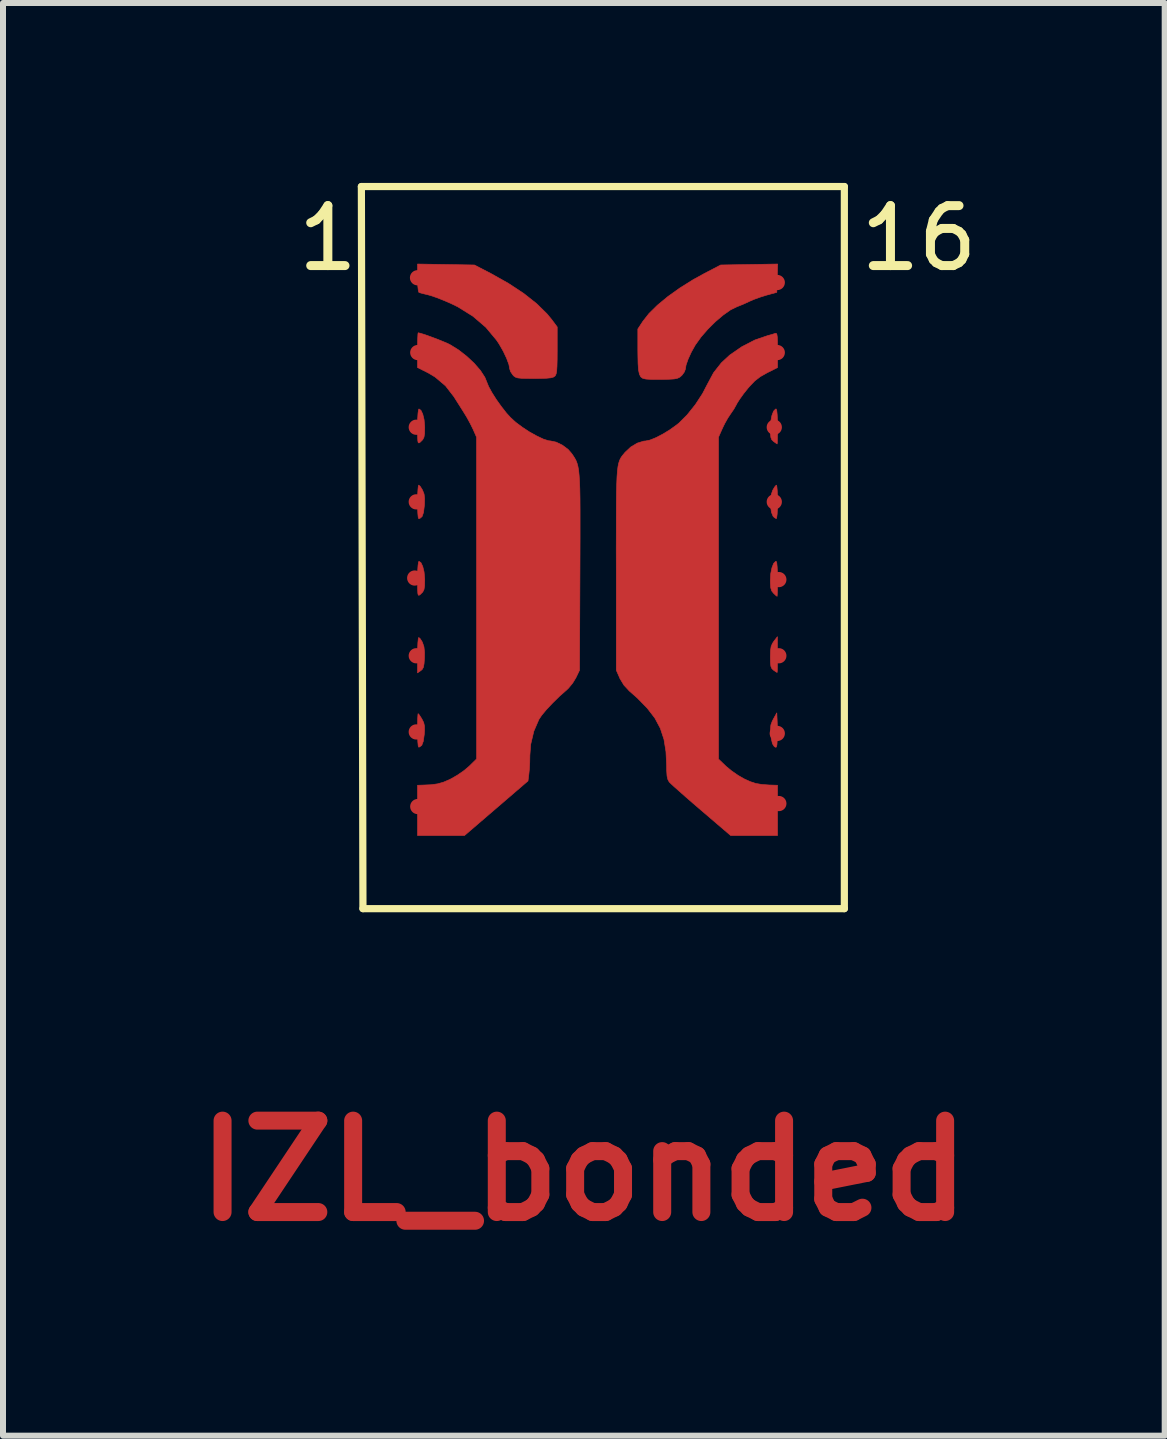
<source format=kicad_pcb>
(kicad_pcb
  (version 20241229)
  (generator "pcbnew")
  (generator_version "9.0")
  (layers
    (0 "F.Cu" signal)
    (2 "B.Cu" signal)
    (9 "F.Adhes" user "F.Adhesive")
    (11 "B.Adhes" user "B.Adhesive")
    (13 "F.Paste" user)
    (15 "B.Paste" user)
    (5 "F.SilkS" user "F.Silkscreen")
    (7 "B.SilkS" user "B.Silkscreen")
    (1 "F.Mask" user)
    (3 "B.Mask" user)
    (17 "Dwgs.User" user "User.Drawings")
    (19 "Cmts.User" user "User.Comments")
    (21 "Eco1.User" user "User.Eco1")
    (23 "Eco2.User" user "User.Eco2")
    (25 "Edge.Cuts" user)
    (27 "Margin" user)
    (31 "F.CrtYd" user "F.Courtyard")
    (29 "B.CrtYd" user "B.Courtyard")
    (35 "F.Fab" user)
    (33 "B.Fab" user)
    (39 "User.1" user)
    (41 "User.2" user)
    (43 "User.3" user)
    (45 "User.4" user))
  (footprint "IZL_bonded"
    (layer "F.Cu")
    (at 3.915 10.88)
    (property "Reference" "IZL_bonded" (at 2.769 5.588 0) (layer "F.Cu") (effects (font (size 1.524 1.524) (thickness 0.3))))
    (attr through_hole)
    (fp_poly (pts (xy 0.04 -3.282) (xy 0.072 -3.232) (xy 0.078 -3.219) (xy 0.103 -3.147) (xy 0.113 -3.054) (xy 0.112 -2.962) (xy 0.105 -2.865) (xy 0.094 -2.805) (xy 0.073 -2.768) (xy 0.05 -2.749) (xy -0.004 -2.712) (xy -0.004 -3.007) (xy -0.002 -3.122) (xy 0.002 -3.217) (xy 0.009 -3.28) (xy 0.016 -3.302) (xy 0.04 -3.282)) (stroke (width 0.01) (type solid)) (fill yes) (layer "F.Cu"))
    (fp_poly (pts (xy 5.993 -1.885) (xy 5.996 -1.77) (xy 5.995 -1.651) (xy 5.993 -1.588) (xy 5.988 -1.511) (xy 5.979 -1.475) (xy 5.963 -1.472) (xy 5.943 -1.485) (xy 5.914 -1.53) (xy 5.894 -1.615) (xy 5.887 -1.68) (xy 5.881 -1.776) (xy 5.887 -1.844) (xy 5.909 -1.904) (xy 5.929 -1.943) (xy 5.986 -2.045) (xy 5.993 -1.885)) (stroke (width 0.01) (type solid)) (fill yes) (layer "F.Cu"))
    (fp_poly (pts (xy 5.997 -3.016) (xy 5.997 -2.9) (xy 5.996 -2.805) (xy 5.994 -2.741) (xy 5.991 -2.718) (xy 5.969 -2.731) (xy 5.931 -2.757) (xy 5.903 -2.784) (xy 5.887 -2.822) (xy 5.88 -2.885) (xy 5.878 -2.98) (xy 5.881 -3.082) (xy 5.891 -3.15) (xy 5.912 -3.201) (xy 5.937 -3.239) (xy 5.996 -3.315) (xy 5.997 -3.016)) (stroke (width 0.01) (type solid)) (fill yes) (layer "F.Cu"))
    (fp_poly (pts (xy 5.987 -5.818) (xy 5.993 -5.754) (xy 5.997 -5.66) (xy 5.998 -5.563) (xy 5.996 -5.45) (xy 5.992 -5.36) (xy 5.984 -5.301) (xy 5.977 -5.283) (xy 5.946 -5.301) (xy 5.924 -5.323) (xy 5.897 -5.388) (xy 5.883 -5.482) (xy 5.882 -5.589) (xy 5.895 -5.689) (xy 5.917 -5.755) (xy 5.949 -5.81) (xy 5.975 -5.84) (xy 5.98 -5.842) (xy 5.987 -5.818)) (stroke (width 0.01) (type solid)) (fill yes) (layer "F.Cu"))
    (fp_poly (pts (xy 0.024 -2.013) (xy 0.056 -1.964) (xy 0.07 -1.941) (xy 0.099 -1.883) (xy 0.112 -1.825) (xy 0.113 -1.749) (xy 0.108 -1.682) (xy 0.092 -1.571) (xy 0.067 -1.504) (xy 0.029 -1.476) (xy 0.014 -1.474) (xy 0.007 -1.497) (xy 0.001 -1.561) (xy -0.003 -1.656) (xy -0.004 -1.753) (xy -0.003 -1.865) (xy -0.001 -1.956) (xy 0.003 -2.015) (xy 0.006 -2.032) (xy 0.024 -2.013)) (stroke (width 0.01) (type solid)) (fill yes) (layer "F.Cu"))
    (fp_poly (pts (xy 0.04 -5.822) (xy 0.072 -5.772) (xy 0.08 -5.757) (xy 0.105 -5.694) (xy 0.114 -5.622) (xy 0.112 -5.521) (xy 0.11 -5.5) (xy 0.096 -5.387) (xy 0.072 -5.318) (xy 0.035 -5.287) (xy 0.014 -5.284) (xy 0.007 -5.307) (xy 0.001 -5.371) (xy -0.003 -5.466) (xy -0.004 -5.563) (xy -0.002 -5.675) (xy 0.003 -5.766) (xy 0.009 -5.825) (xy 0.016 -5.842) (xy 0.04 -5.822)) (stroke (width 0.01) (type solid)) (fill yes) (layer "F.Cu"))
    (fp_poly (pts (xy 5.985 -7.088) (xy 5.992 -7.02) (xy 5.997 -6.917) (xy 5.998 -6.82) (xy 5.998 -6.705) (xy 5.996 -6.612) (xy 5.994 -6.55) (xy 5.992 -6.529) (xy 5.97 -6.543) (xy 5.932 -6.57) (xy 5.903 -6.598) (xy 5.887 -6.637) (xy 5.88 -6.7) (xy 5.878 -6.786) (xy 5.885 -6.903) (xy 5.904 -7.002) (xy 5.932 -7.075) (xy 5.965 -7.11) (xy 5.975 -7.112) (xy 5.985 -7.088)) (stroke (width 0.01) (type solid)) (fill yes) (layer "F.Cu"))
    (fp_poly (pts (xy 5.985 -4.548) (xy 5.992 -4.48) (xy 5.997 -4.377) (xy 5.998 -4.28) (xy 5.998 -4.165) (xy 5.996 -4.071) (xy 5.993 -4.009) (xy 5.991 -3.988) (xy 5.97 -4.003) (xy 5.931 -4.04) (xy 5.901 -4.078) (xy 5.885 -4.129) (xy 5.879 -4.207) (xy 5.878 -4.257) (xy 5.885 -4.368) (xy 5.905 -4.464) (xy 5.933 -4.536) (xy 5.966 -4.57) (xy 5.975 -4.572) (xy 5.985 -4.548)) (stroke (width 0.01) (type solid)) (fill yes) (layer "F.Cu"))
    (fp_poly (pts (xy 0.053 -7.089) (xy 0.083 -7.026) (xy 0.105 -6.936) (xy 0.115 -6.83) (xy 0.116 -6.802) (xy 0.114 -6.705) (xy 0.104 -6.642) (xy 0.083 -6.6) (xy 0.045 -6.562) (xy 0.038 -6.556) (xy 0.02 -6.545) (xy 0.008 -6.55) (xy 0.001 -6.579) (xy -0.002 -6.64) (xy -0.004 -6.741) (xy -0.004 -6.817) (xy -0.002 -6.943) (xy 0.004 -7.039) (xy 0.012 -7.097) (xy 0.02 -7.112) (xy 0.053 -7.089)) (stroke (width 0.01) (type solid)) (fill yes) (layer "F.Cu"))
    (fp_poly (pts (xy 0.053 -4.549) (xy 0.083 -4.486) (xy 0.105 -4.396) (xy 0.115 -4.29) (xy 0.116 -4.262) (xy 0.114 -4.165) (xy 0.104 -4.102) (xy 0.083 -4.06) (xy 0.045 -4.022) (xy 0.038 -4.016) (xy 0.02 -4.005) (xy 0.008 -4.01) (xy 0.001 -4.039) (xy -0.002 -4.1) (xy -0.004 -4.201) (xy -0.004 -4.277) (xy -0.002 -4.403) (xy 0.004 -4.499) (xy 0.012 -4.557) (xy 0.02 -4.572) (xy 0.053 -4.549)) (stroke (width 0.01) (type solid)) (fill yes) (layer "F.Cu"))
    (fp_poly (pts (xy 0.47 -9.52) (xy 0.945 -9.512) (xy 1.221 -9.369) (xy 1.511 -9.206) (xy 1.766 -9.038) (xy 1.981 -8.868) (xy 2.154 -8.698) (xy 2.232 -8.604) (xy 2.325 -8.479) (xy 2.325 -8.089) (xy 2.324 -7.935) (xy 2.321 -7.823) (xy 2.316 -7.746) (xy 2.307 -7.697) (xy 2.293 -7.667) (xy 2.287 -7.66) (xy 2.262 -7.643) (xy 2.218 -7.631) (xy 2.149 -7.624) (xy 2.045 -7.621) (xy 1.943 -7.62) (xy 1.816 -7.621) (xy 1.728 -7.623) (xy 1.669 -7.629) (xy 1.631 -7.641) (xy 1.604 -7.659) (xy 1.585 -7.679) (xy 1.548 -7.733) (xy 1.533 -7.779) (xy 1.519 -7.855) (xy 1.481 -7.957) (xy 1.425 -8.075) (xy 1.357 -8.194) (xy 1.312 -8.261) (xy 1.135 -8.473) (xy 0.919 -8.658) (xy 0.667 -8.815) (xy 0.545 -8.874) (xy 0.428 -8.924) (xy 0.314 -8.969) (xy 0.217 -9.002) (xy 0.159 -9.018) (xy 0.086 -9.035) (xy 0.033 -9.05) (xy 0.018 -9.056) (xy 0.009 -9.087) (xy 0.001 -9.155) (xy -0.003 -9.25) (xy -0.004 -9.299) (xy -0.004 -9.528) (xy 0.47 -9.52)) (stroke (width 0.01) (type solid)) (fill yes) (layer "F.Cu"))
    (fp_poly (pts (xy 5.993 -9.292) (xy 5.986 -9.056) (xy 5.818 -9.01) (xy 5.712 -8.977) (xy 5.604 -8.938) (xy 5.53 -8.906) (xy 5.442 -8.865) (xy 5.355 -8.829) (xy 5.32 -8.816) (xy 5.215 -8.764) (xy 5.093 -8.678) (xy 4.964 -8.569) (xy 4.837 -8.443) (xy 4.723 -8.312) (xy 4.63 -8.182) (xy 4.626 -8.176) (xy 4.561 -8.06) (xy 4.508 -7.944) (xy 4.473 -7.844) (xy 4.462 -7.776) (xy 4.445 -7.729) (xy 4.405 -7.674) (xy 4.401 -7.67) (xy 4.367 -7.641) (xy 4.329 -7.623) (xy 4.275 -7.612) (xy 4.192 -7.607) (xy 4.106 -7.605) (xy 3.996 -7.604) (xy 3.894 -7.605) (xy 3.818 -7.609) (xy 3.794 -7.612) (xy 3.75 -7.623) (xy 3.717 -7.648) (xy 3.695 -7.693) (xy 3.68 -7.764) (xy 3.673 -7.869) (xy 3.67 -8.015) (xy 3.669 -8.098) (xy 3.669 -8.445) (xy 3.753 -8.573) (xy 3.855 -8.703) (xy 3.996 -8.842) (xy 4.169 -8.985) (xy 4.369 -9.128) (xy 4.589 -9.266) (xy 4.774 -9.368) (xy 5.05 -9.512) (xy 5.525 -9.52) (xy 6 -9.528) (xy 5.993 -9.292)) (stroke (width 0.01) (type solid)) (fill yes) (layer "F.Cu"))
    (fp_poly (pts (xy 0.046 -8.373) (xy 0.118 -8.351) (xy 0.21 -8.318) (xy 0.31 -8.281) (xy 0.407 -8.242) (xy 0.489 -8.208) (xy 0.536 -8.185) (xy 0.68 -8.096) (xy 0.817 -7.989) (xy 0.942 -7.872) (xy 1.045 -7.753) (xy 1.119 -7.639) (xy 1.152 -7.558) (xy 1.182 -7.484) (xy 1.237 -7.384) (xy 1.309 -7.27) (xy 1.392 -7.154) (xy 1.477 -7.045) (xy 1.544 -6.971) (xy 1.632 -6.89) (xy 1.742 -6.808) (xy 1.862 -6.729) (xy 1.983 -6.662) (xy 2.092 -6.61) (xy 2.18 -6.582) (xy 2.211 -6.579) (xy 2.307 -6.559) (xy 2.412 -6.508) (xy 2.508 -6.436) (xy 2.566 -6.369) (xy 2.594 -6.328) (xy 2.618 -6.29) (xy 2.639 -6.251) (xy 2.656 -6.207) (xy 2.67 -6.155) (xy 2.682 -6.089) (xy 2.69 -6.007) (xy 2.697 -5.904) (xy 2.702 -5.777) (xy 2.705 -5.621) (xy 2.706 -5.433) (xy 2.706 -5.209) (xy 2.706 -4.944) (xy 2.705 -4.635) (xy 2.704 -4.392) (xy 2.697 -2.756) (xy 2.637 -2.631) (xy 2.583 -2.542) (xy 2.514 -2.458) (xy 2.483 -2.428) (xy 2.363 -2.322) (xy 2.248 -2.209) (xy 2.145 -2.1) (xy 2.065 -2.003) (xy 2.02 -1.936) (xy 1.935 -1.739) (xy 1.883 -1.521) (xy 1.869 -1.335) (xy 1.867 -1.221) (xy 1.861 -1.109) (xy 1.853 -1.03) (xy 1.838 -0.91) (xy 0.779 0) (xy -0.004 0) (xy -0.004 -0.838) (xy 0.086 -0.841) (xy 0.224 -0.847) (xy 0.332 -0.862) (xy 0.427 -0.889) (xy 0.528 -0.932) (xy 0.561 -0.949) (xy 0.666 -1.01) (xy 0.773 -1.084) (xy 0.858 -1.156) (xy 0.86 -1.158) (xy 0.981 -1.277) (xy 0.98 -6.642) (xy 0.922 -6.774) (xy 0.877 -6.865) (xy 0.818 -6.973) (xy 0.761 -7.066) (xy 0.703 -7.158) (xy 0.647 -7.246) (xy 0.606 -7.311) (xy 0.606 -7.312) (xy 0.463 -7.497) (xy 0.289 -7.644) (xy 0.172 -7.714) (xy -0.004 -7.802) (xy -0.004 -8.092) (xy -0.003 -8.206) (xy -0.000474 -8.3) (xy 0.003 -8.362) (xy 0.007 -8.382) (xy 0.046 -8.373)) (stroke (width 0.01) (type solid)) (fill yes) (layer "F.Cu"))
    (fp_poly (pts (xy 5.987 -8.356) (xy 5.994 -8.313) (xy 5.997 -8.235) (xy 5.998 -8.116) (xy 5.998 -8.095) (xy 5.998 -7.802) (xy 5.821 -7.713) (xy 5.71 -7.65) (xy 5.618 -7.579) (xy 5.527 -7.483) (xy 5.503 -7.455) (xy 5.432 -7.366) (xy 5.369 -7.278) (xy 5.324 -7.208) (xy 5.317 -7.193) (xy 5.27 -7.109) (xy 5.216 -7.03) (xy 5.211 -7.023) (xy 5.168 -6.958) (xy 5.118 -6.869) (xy 5.082 -6.795) (xy 5.014 -6.642) (xy 5.014 -1.275) (xy 5.14 -1.154) (xy 5.228 -1.081) (xy 5.337 -1.005) (xy 5.439 -0.946) (xy 5.542 -0.899) (xy 5.636 -0.868) (xy 5.738 -0.851) (xy 5.865 -0.842) (xy 5.908 -0.841) (xy 5.998 -0.838) (xy 5.998 0) (xy 5.217 0) (xy 4.725 -0.421) (xy 4.591 -0.536) (xy 4.468 -0.643) (xy 4.361 -0.738) (xy 4.275 -0.814) (xy 4.217 -0.868) (xy 4.192 -0.893) (xy 4.17 -0.933) (xy 4.156 -0.992) (xy 4.15 -1.083) (xy 4.149 -1.165) (xy 4.138 -1.398) (xy 4.105 -1.603) (xy 4.044 -1.787) (xy 3.953 -1.958) (xy 3.826 -2.123) (xy 3.661 -2.292) (xy 3.526 -2.411) (xy 3.438 -2.506) (xy 3.369 -2.62) (xy 3.367 -2.627) (xy 3.31 -2.756) (xy 3.31 -4.436) (xy 3.309 -4.778) (xy 3.31 -5.074) (xy 3.31 -5.326) (xy 3.311 -5.539) (xy 3.313 -5.717) (xy 3.317 -5.863) (xy 3.322 -5.982) (xy 3.329 -6.076) (xy 3.338 -6.15) (xy 3.35 -6.208) (xy 3.365 -6.254) (xy 3.382 -6.291) (xy 3.403 -6.323) (xy 3.428 -6.354) (xy 3.456 -6.388) (xy 3.459 -6.391) (xy 3.552 -6.478) (xy 3.661 -6.543) (xy 3.769 -6.576) (xy 3.799 -6.578) (xy 3.871 -6.593) (xy 3.97 -6.633) (xy 4.084 -6.692) (xy 4.201 -6.763) (xy 4.311 -6.842) (xy 4.354 -6.876) (xy 4.492 -7.014) (xy 4.628 -7.184) (xy 4.748 -7.368) (xy 4.826 -7.518) (xy 4.932 -7.716) (xy 5.061 -7.88) (xy 5.201 -8.01) (xy 5.402 -8.149) (xy 5.621 -8.262) (xy 5.841 -8.337) (xy 5.858 -8.341) (xy 5.921 -8.359) (xy 5.96 -8.372) (xy 5.976 -8.373) (xy 5.987 -8.356)) (stroke (width 0.01) (type solid)) (fill yes) (layer "F.Cu"))
    (fp_poly (pts (xy -0.686 -10.592) (xy -0.686 1.016) (xy 6.883 1.003) (xy 6.883 -10.604)) (stroke (width 0.1) (type solid)) (fill yes) (layer "F.Mask"))
    (fp_line (start -0.94 -10.82) (end 7.112 -10.82) (stroke (width 0.12) (type solid)) (layer "F.SilkS"))
    (fp_line (start -0.914 1.219) (end -0.94 -10.82) (stroke (width 0.12) (type solid)) (layer "F.SilkS"))
    (fp_line (start 7.112 -10.82) (end 7.112 1.219) (stroke (width 0.12) (type solid)) (layer "F.SilkS"))
    (fp_line (start 7.112 1.219) (end -0.914 1.219) (stroke (width 0.12) (type solid)) (layer "F.SilkS"))
    (fp_text user "1" (at -1.499 -9.957 0) (layer "F.SilkS") (effects (font (size 1 1) (thickness 0.15))))
    (fp_text user "16" (at 8.357 -9.957 0) (layer "F.SilkS") (effects (font (size 1 1) (thickness 0.15))))
    (pad "1" smd circle (at -0.004 -9.299) (size 0.254 0.254) (layers "F.Cu" "F.Mask" "F.Paste"))
    (pad "2" smd circle (at 0 -8.052) (size 0.254 0.254) (layers "F.Cu" "F.Mask" "F.Paste"))
    (pad "3" smd circle (at -0.025 -6.807) (size 0.254 0.254) (layers "F.Cu" "F.Mask" "F.Paste"))
    (pad "4" smd circle (at -0.025 -5.563) (size 0.254 0.254) (layers "F.Cu" "F.Mask" "F.Paste"))
    (pad "5" smd circle (at -0.051 -4.293) (size 0.254 0.254) (layers "F.Cu" "F.Mask" "F.Paste"))
    (pad "6" smd circle (at -0.025 -2.997) (size 0.254 0.254) (layers "F.Cu" "F.Mask" "F.Paste"))
    (pad "7" smd circle (at -0.025 -1.727) (size 0.254 0.254) (layers "F.Cu" "F.Mask" "F.Paste"))
    (pad "8" smd circle (at 0 -0.483) (size 0.254 0.254) (layers "F.Cu" "F.Mask" "F.Paste"))
    (pad "9" smd circle (at 6.02 -0.533) (size 0.254 0.254) (layers "F.Cu" "F.Mask" "F.Paste"))
    (pad "10" smd circle (at 5.994 -1.702) (size 0.254 0.254) (layers "F.Cu" "F.Mask" "F.Paste"))
    (pad "11" smd circle (at 6.02 -2.997) (size 0.254 0.254) (layers "F.Cu" "F.Mask" "F.Paste"))
    (pad "12" smd circle (at 6.02 -4.267) (size 0.254 0.254) (layers "F.Cu" "F.Mask" "F.Paste"))
    (pad "13" smd circle (at 5.944 -5.563) (size 0.254 0.254) (layers "F.Cu" "F.Mask" "F.Paste"))
    (pad "14" smd circle (at 5.944 -6.807) (size 0.254 0.254) (layers "F.Cu" "F.Mask" "F.Paste"))
    (pad "15" smd circle (at 5.994 -8.052) (size 0.254 0.254) (layers "F.Cu" "F.Mask" "F.Paste"))
    (pad "16" smd circle (at 5.994 -9.22) (size 0.254 0.254) (layers "F.Cu" "F.Mask" "F.Paste")))
  (gr_rect
    (start -3 -3)
    (end 16.368 20.886)
    (stroke (width 0.1) (type default))
    (fill no)
    (layer "Edge.Cuts")))
</source>
